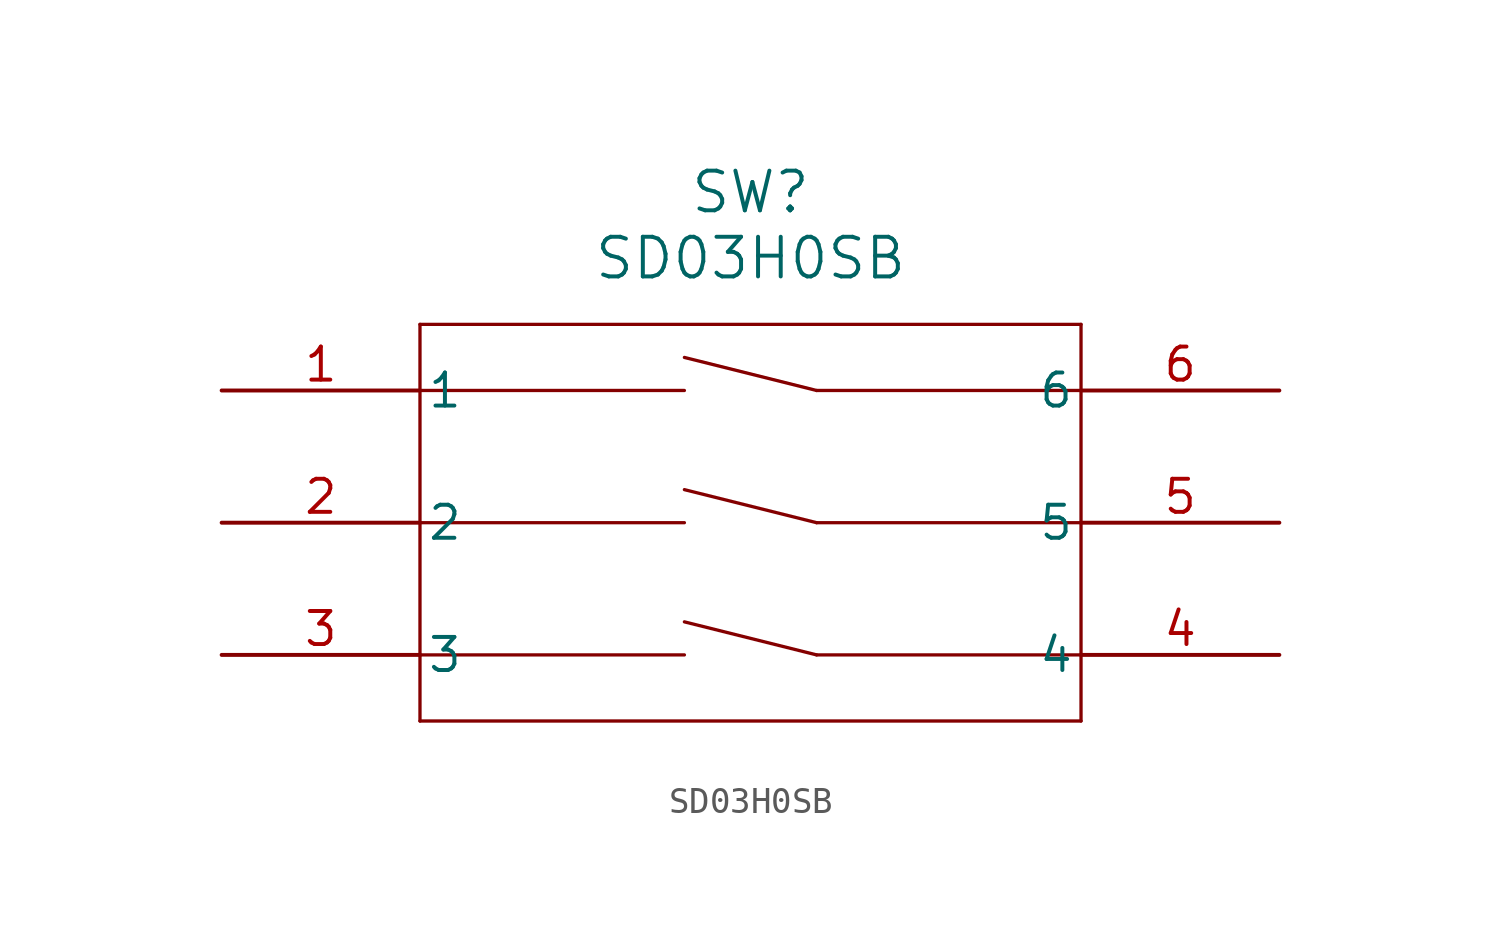
<source format=kicad_sym>
(kicad_symbol_lib
  (version 20211014)
  (generator kicad_symbol_editor)
  (symbol "SD03H0SB"
    (pin_names
      (offset 0.254))
    (property "Reference" "SW"
      (at 20.32 7.62 0)
      (effects (font (size 1.524 1.524))))
    (property "Value" "SD03H0SB"
      (at 20.32 5.08 0)
      (effects (font (size 1.524 1.524))))
    (symbol "SD03H0SB_0_1"
      (polyline (pts (xy 7.62 2.54) (xy 7.62 -12.7)) (stroke (width 0.127) (type default) (color 0 0 0 0)) (fill (type none)))
      (polyline (pts (xy 7.62 -12.7) (xy 33.02 -12.7)) (stroke (width 0.127) (type default) (color 0 0 0 0)) (fill (type none)))
      (polyline (pts (xy 33.02 -12.7) (xy 33.02 2.54)) (stroke (width 0.127) (type default) (color 0 0 0 0)) (fill (type none)))
      (polyline (pts (xy 33.02 2.54) (xy 7.62 2.54)) (stroke (width 0.127) (type default) (color 0 0 0 0)) (fill (type none)))
      (polyline (pts (xy 7.62 0) (xy 17.78 0)) (stroke (width 0.127) (type default) (color 0 0 0 0)) (fill (type none)))
      (polyline (pts (xy 22.86 0) (xy 33.02 0)) (stroke (width 0.127) (type default) (color 0 0 0 0)) (fill (type none)))
      (polyline (pts (xy 17.78 1.27) (xy 22.86 0)) (stroke (width 0.127) (type default) (color 0 0 0 0)) (fill (type none)))
      (polyline (pts (xy 7.62 -5.08) (xy 17.78 -5.08)) (stroke (width 0.127) (type default) (color 0 0 0 0)) (fill (type none)))
      (polyline (pts (xy 22.86 -5.08) (xy 33.02 -5.08)) (stroke (width 0.127) (type default) (color 0 0 0 0)) (fill (type none)))
      (polyline (pts (xy 17.78 -3.81) (xy 22.86 -5.08)) (stroke (width 0.127) (type default) (color 0 0 0 0)) (fill (type none)))
      (polyline (pts (xy 7.62 -10.16) (xy 17.78 -10.16)) (stroke (width 0.127) (type default) (color 0 0 0 0)) (fill (type none)))
      (polyline (pts (xy 22.86 -10.16) (xy 33.02 -10.16)) (stroke (width 0.127) (type default) (color 0 0 0 0)) (fill (type none)))
      (polyline (pts (xy 17.78 -8.89) (xy 22.86 -10.16)) (stroke (width 0.127) (type default) (color 0 0 0 0)) (fill (type none)))
      (pin unspecified line (at 0 0 0) (length 7.62) (name "1" (effects (font (size 1.27 1.27)))) (number "1" (effects (font (size 1.27 1.27)))))
      (pin unspecified line (at 0 -5.08 0) (length 7.62) (name "2" (effects (font (size 1.27 1.27)))) (number "2" (effects (font (size 1.27 1.27)))))
      (pin unspecified line (at 0 -10.16 0) (length 7.62) (name "3" (effects (font (size 1.27 1.27)))) (number "3" (effects (font (size 1.27 1.27)))))
      (pin unspecified line (at 40.64 -10.16 180) (length 7.62) (name "4" (effects (font (size 1.27 1.27)))) (number "4" (effects (font (size 1.27 1.27)))))
      (pin unspecified line (at 40.64 -5.08 180) (length 7.62) (name "5" (effects (font (size 1.27 1.27)))) (number "5" (effects (font (size 1.27 1.27)))))
      (pin unspecified line (at 40.64 0 180) (length 7.62) (name "6" (effects (font (size 1.27 1.27)))) (number "6" (effects (font (size 1.27 1.27))))))))
</source>
